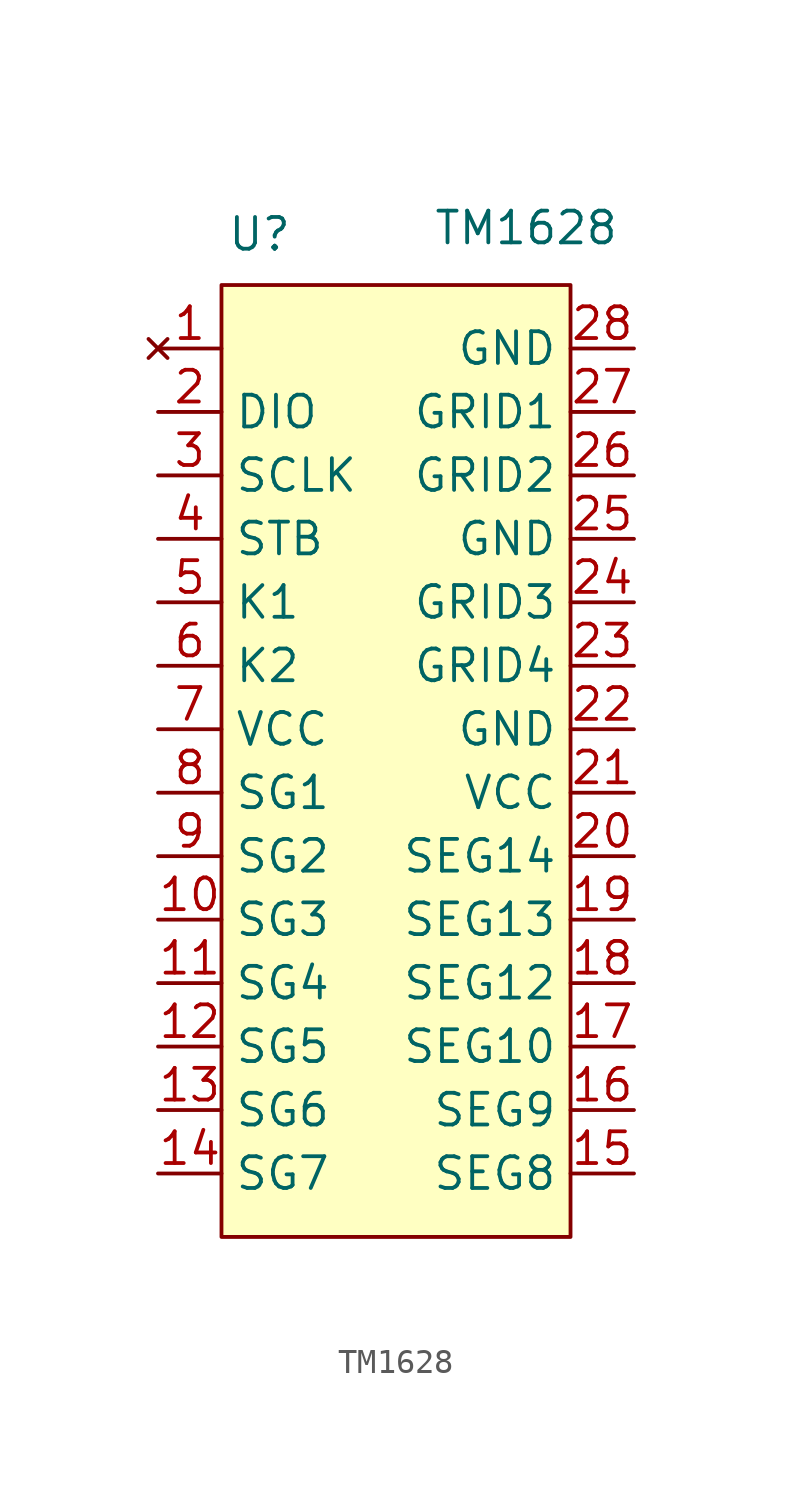
<source format=kicad_sym>
(kicad_symbol_lib
  (version 20231120)
  (generator "kicad_symbol_editor")
  (generator_version "8.0")
  (symbol "TM1628"
    (property "Reference" "U"
      (at -4.826 19.812 0)
      (effects (font (size 1.27 1.27))))
    (property "Value" "TM1628"
      (at 5.842 20.066 0)
      (effects (font (size 1.27 1.27))))
    (symbol "TM1628_1_1"
      (rectangle (start -6.35 17.78) (end 7.62 -20.32) (stroke (width 0) (type default)) (fill (type background)))
      (pin no_connect line (at -8.89 15.24 0) (length 2.54) (name "" (effects (font (size 1.27 1.27)))) (number "1" (effects (font (size 1.27 1.27)))))
      (pin output line (at -8.89 -7.62 0) (length 2.54) (name "SG3" (effects (font (size 1.27 1.27)))) (number "10" (effects (font (size 1.27 1.27)))))
      (pin output line (at -8.89 -10.16 0) (length 2.54) (name "SG4" (effects (font (size 1.27 1.27)))) (number "11" (effects (font (size 1.27 1.27)))))
      (pin output line (at -8.89 -12.7 0) (length 2.54) (name "SG5" (effects (font (size 1.27 1.27)))) (number "12" (effects (font (size 1.27 1.27)))))
      (pin output line (at -8.89 -15.24 0) (length 2.54) (name "SG6" (effects (font (size 1.27 1.27)))) (number "13" (effects (font (size 1.27 1.27)))))
      (pin output line (at -8.89 -17.78 0) (length 2.54) (name "SG7" (effects (font (size 1.27 1.27)))) (number "14" (effects (font (size 1.27 1.27)))))
      (pin output line (at 10.16 -17.78 180) (length 2.54) (name "SEG8" (effects (font (size 1.27 1.27)))) (number "15" (effects (font (size 1.27 1.27)))))
      (pin output line (at 10.16 -15.24 180) (length 2.54) (name "SEG9" (effects (font (size 1.27 1.27)))) (number "16" (effects (font (size 1.27 1.27)))))
      (pin output line (at 10.16 -12.7 180) (length 2.54) (name "SEG10" (effects (font (size 1.27 1.27)))) (number "17" (effects (font (size 1.27 1.27)))))
      (pin output line (at 10.16 -10.16 180) (length 2.54) (name "SEG12" (effects (font (size 1.27 1.27)))) (number "18" (effects (font (size 1.27 1.27)))))
      (pin output line (at 10.16 -7.62 180) (length 2.54) (name "SEG13" (effects (font (size 1.27 1.27)))) (number "19" (effects (font (size 1.27 1.27)))))
      (pin bidirectional line (at -8.89 12.7 0) (length 2.54) (name "DIO" (effects (font (size 1.27 1.27)))) (number "2" (effects (font (size 1.27 1.27)))))
      (pin output line (at 10.16 -5.08 180) (length 2.54) (name "SEG14" (effects (font (size 1.27 1.27)))) (number "20" (effects (font (size 1.27 1.27)))))
      (pin power_in line (at 10.16 -2.54 180) (length 2.54) (name "VCC" (effects (font (size 1.27 1.27)))) (number "21" (effects (font (size 1.27 1.27)))))
      (pin power_in line (at 10.16 0 180) (length 2.54) (name "GND" (effects (font (size 1.27 1.27)))) (number "22" (effects (font (size 1.27 1.27)))))
      (pin output line (at 10.16 2.54 180) (length 2.54) (name "GRID4" (effects (font (size 1.27 1.27)))) (number "23" (effects (font (size 1.27 1.27)))))
      (pin output line (at 10.16 5.08 180) (length 2.54) (name "GRID3" (effects (font (size 1.27 1.27)))) (number "24" (effects (font (size 1.27 1.27)))))
      (pin power_out line (at 10.16 7.62 180) (length 2.54) (name "GND" (effects (font (size 1.27 1.27)))) (number "25" (effects (font (size 1.27 1.27)))))
      (pin output line (at 10.16 10.16 180) (length 2.54) (name "GRID2" (effects (font (size 1.27 1.27)))) (number "26" (effects (font (size 1.27 1.27)))))
      (pin output line (at 10.16 12.7 180) (length 2.54) (name "GRID1" (effects (font (size 1.27 1.27)))) (number "27" (effects (font (size 1.27 1.27)))))
      (pin power_in line (at 10.16 15.24 180) (length 2.54) (name "GND" (effects (font (size 1.27 1.27)))) (number "28" (effects (font (size 1.27 1.27)))))
      (pin input line (at -8.89 10.16 0) (length 2.54) (name "SCLK" (effects (font (size 1.27 1.27)))) (number "3" (effects (font (size 1.27 1.27)))))
      (pin input line (at -8.89 7.62 0) (length 2.54) (name "STB" (effects (font (size 1.27 1.27)))) (number "4" (effects (font (size 1.27 1.27)))))
      (pin input line (at -8.89 5.08 0) (length 2.54) (name "K1" (effects (font (size 1.27 1.27)))) (number "5" (effects (font (size 1.27 1.27)))))
      (pin input line (at -8.89 2.54 0) (length 2.54) (name "K2" (effects (font (size 1.27 1.27)))) (number "6" (effects (font (size 1.27 1.27)))))
      (pin power_in line (at -8.89 0 0) (length 2.54) (name "VCC" (effects (font (size 1.27 1.27)))) (number "7" (effects (font (size 1.27 1.27)))))
      (pin output line (at -8.89 -2.54 0) (length 2.54) (name "SG1" (effects (font (size 1.27 1.27)))) (number "8" (effects (font (size 1.27 1.27)))))
      (pin output line (at -8.89 -5.08 0) (length 2.54) (name "SG2" (effects (font (size 1.27 1.27)))) (number "9" (effects (font (size 1.27 1.27))))))))
</source>
